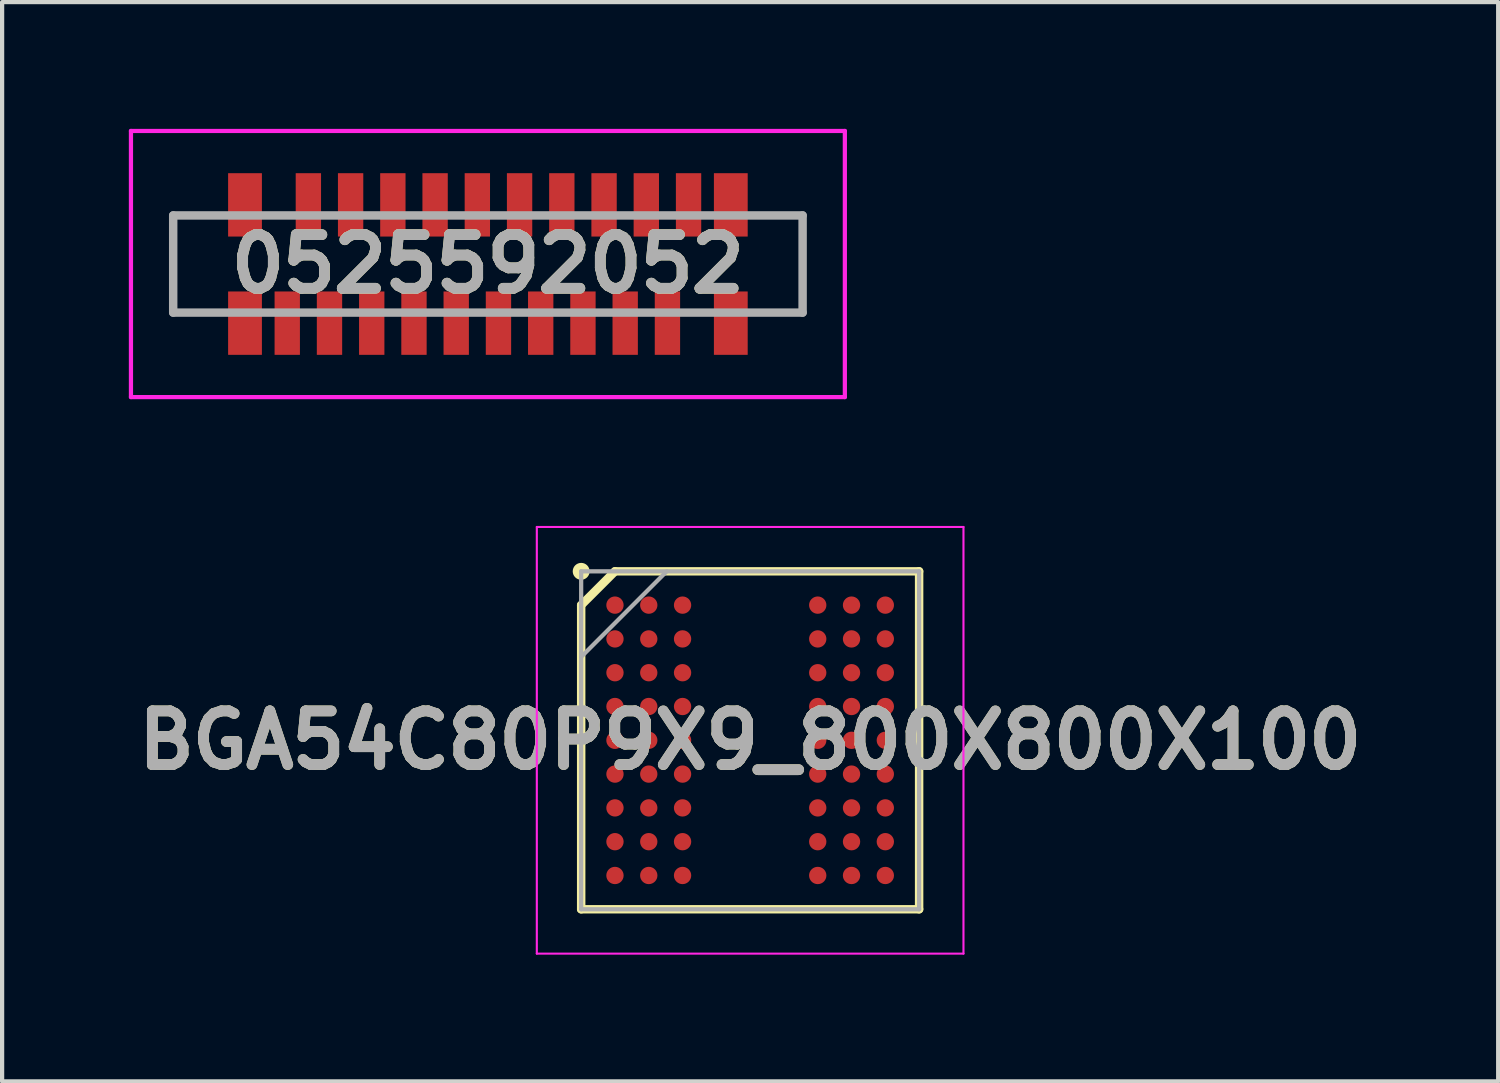
<source format=kicad_pcb>
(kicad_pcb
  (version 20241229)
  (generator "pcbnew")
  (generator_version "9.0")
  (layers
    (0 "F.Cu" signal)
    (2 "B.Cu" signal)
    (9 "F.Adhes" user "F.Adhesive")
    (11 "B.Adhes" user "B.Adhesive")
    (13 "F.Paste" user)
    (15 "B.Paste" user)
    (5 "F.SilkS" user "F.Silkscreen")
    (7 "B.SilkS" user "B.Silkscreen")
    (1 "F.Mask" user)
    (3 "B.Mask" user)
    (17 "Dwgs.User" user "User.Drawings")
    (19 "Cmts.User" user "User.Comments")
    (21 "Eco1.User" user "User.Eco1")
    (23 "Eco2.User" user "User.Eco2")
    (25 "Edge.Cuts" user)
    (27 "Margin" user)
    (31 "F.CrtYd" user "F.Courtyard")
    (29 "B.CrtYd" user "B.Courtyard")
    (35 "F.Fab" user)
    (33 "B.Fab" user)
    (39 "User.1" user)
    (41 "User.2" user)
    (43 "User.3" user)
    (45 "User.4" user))
  (footprint "BGA54C80P9X9_800X800X100"
    (layer "F.Cu")
    (at 14.708 14.475)
    (property "Reference" "BGA54C80P9X9_800X800X100" (at 0 0 0) (layer "F.SilkS") (effects (font (size 1.27 1.27) (thickness 0.254))))
    (attr smd)
    (fp_line (start -4 -3.2) (end -3.2 -4) (stroke (width 0.2) (type solid)) (layer "F.SilkS"))
    (fp_line (start -4 4) (end -4 -3.2) (stroke (width 0.2) (type solid)) (layer "F.SilkS"))
    (fp_line (start -3.2 -4) (end 4 -4) (stroke (width 0.2) (type solid)) (layer "F.SilkS"))
    (fp_line (start 4 -4) (end 4 4) (stroke (width 0.2) (type solid)) (layer "F.SilkS"))
    (fp_line (start 4 4) (end -4 4) (stroke (width 0.2) (type solid)) (layer "F.SilkS"))
    (fp_circle (center -4 -4) (end -4 -3.9) (stroke (width 0.2) (type solid)) (fill no) (layer "F.SilkS"))
    (fp_line (start -5.05 -5.05) (end 5.05 -5.05) (stroke (width 0.05) (type solid)) (layer "F.CrtYd"))
    (fp_line (start -5.05 5.05) (end -5.05 -5.05) (stroke (width 0.05) (type solid)) (layer "F.CrtYd"))
    (fp_line (start 5.05 -5.05) (end 5.05 5.05) (stroke (width 0.05) (type solid)) (layer "F.CrtYd"))
    (fp_line (start 5.05 5.05) (end -5.05 5.05) (stroke (width 0.05) (type solid)) (layer "F.CrtYd"))
    (fp_line (start -4 -4) (end 4 -4) (stroke (width 0.1) (type solid)) (layer "F.Fab"))
    (fp_line (start -4 -1.975) (end -1.975 -4) (stroke (width 0.1) (type solid)) (layer "F.Fab"))
    (fp_line (start -4 4) (end -4 -4) (stroke (width 0.1) (type solid)) (layer "F.Fab"))
    (fp_line (start 4 -4) (end 4 4) (stroke (width 0.1) (type solid)) (layer "F.Fab"))
    (fp_line (start 4 4) (end -4 4) (stroke (width 0.1) (type solid)) (layer "F.Fab"))
    (fp_text user "${REFERENCE}" (at 0 0 0) (layer "F.Fab") (effects (font (size 1.27 1.27) (thickness 0.254))))
    (pad "A1" smd circle (at -3.2 -3.2 90) (size 0.41 0.41) (layers "F.Cu" "F.Mask" "F.Paste"))
    (pad "A2" smd circle (at -2.4 -3.2 90) (size 0.41 0.41) (layers "F.Cu" "F.Mask" "F.Paste"))
    (pad "A3" smd circle (at -1.6 -3.2 90) (size 0.41 0.41) (layers "F.Cu" "F.Mask" "F.Paste"))
    (pad "A7" smd circle (at 1.6 -3.2 90) (size 0.41 0.41) (layers "F.Cu" "F.Mask" "F.Paste"))
    (pad "A8" smd circle (at 2.4 -3.2 90) (size 0.41 0.41) (layers "F.Cu" "F.Mask" "F.Paste"))
    (pad "A9" smd circle (at 3.2 -3.2 90) (size 0.41 0.41) (layers "F.Cu" "F.Mask" "F.Paste"))
    (pad "B1" smd circle (at -3.2 -2.4 90) (size 0.41 0.41) (layers "F.Cu" "F.Mask" "F.Paste"))
    (pad "B2" smd circle (at -2.4 -2.4 90) (size 0.41 0.41) (layers "F.Cu" "F.Mask" "F.Paste"))
    (pad "B3" smd circle (at -1.6 -2.4 90) (size 0.41 0.41) (layers "F.Cu" "F.Mask" "F.Paste"))
    (pad "B7" smd circle (at 1.6 -2.4 90) (size 0.41 0.41) (layers "F.Cu" "F.Mask" "F.Paste"))
    (pad "B8" smd circle (at 2.4 -2.4 90) (size 0.41 0.41) (layers "F.Cu" "F.Mask" "F.Paste"))
    (pad "B9" smd circle (at 3.2 -2.4 90) (size 0.41 0.41) (layers "F.Cu" "F.Mask" "F.Paste"))
    (pad "C1" smd circle (at -3.2 -1.6 90) (size 0.41 0.41) (layers "F.Cu" "F.Mask" "F.Paste"))
    (pad "C2" smd circle (at -2.4 -1.6 90) (size 0.41 0.41) (layers "F.Cu" "F.Mask" "F.Paste"))
    (pad "C3" smd circle (at -1.6 -1.6 90) (size 0.41 0.41) (layers "F.Cu" "F.Mask" "F.Paste"))
    (pad "C7" smd circle (at 1.6 -1.6 90) (size 0.41 0.41) (layers "F.Cu" "F.Mask" "F.Paste"))
    (pad "C8" smd circle (at 2.4 -1.6 90) (size 0.41 0.41) (layers "F.Cu" "F.Mask" "F.Paste"))
    (pad "C9" smd circle (at 3.2 -1.6 90) (size 0.41 0.41) (layers "F.Cu" "F.Mask" "F.Paste"))
    (pad "D1" smd circle (at -3.2 -0.8 90) (size 0.41 0.41) (layers "F.Cu" "F.Mask" "F.Paste"))
    (pad "D2" smd circle (at -2.4 -0.8 90) (size 0.41 0.41) (layers "F.Cu" "F.Mask" "F.Paste"))
    (pad "D3" smd circle (at -1.6 -0.8 90) (size 0.41 0.41) (layers "F.Cu" "F.Mask" "F.Paste"))
    (pad "D7" smd circle (at 1.6 -0.8 90) (size 0.41 0.41) (layers "F.Cu" "F.Mask" "F.Paste"))
    (pad "D8" smd circle (at 2.4 -0.8 90) (size 0.41 0.41) (layers "F.Cu" "F.Mask" "F.Paste"))
    (pad "D9" smd circle (at 3.2 -0.8 90) (size 0.41 0.41) (layers "F.Cu" "F.Mask" "F.Paste"))
    (pad "E1" smd circle (at -3.2 0 90) (size 0.41 0.41) (layers "F.Cu" "F.Mask" "F.Paste"))
    (pad "E2" smd circle (at -2.4 0 90) (size 0.41 0.41) (layers "F.Cu" "F.Mask" "F.Paste"))
    (pad "E3" smd circle (at -1.6 0 90) (size 0.41 0.41) (layers "F.Cu" "F.Mask" "F.Paste"))
    (pad "E7" smd circle (at 1.6 0 90) (size 0.41 0.41) (layers "F.Cu" "F.Mask" "F.Paste"))
    (pad "E8" smd circle (at 2.4 0 90) (size 0.41 0.41) (layers "F.Cu" "F.Mask" "F.Paste"))
    (pad "E9" smd circle (at 3.2 0 90) (size 0.41 0.41) (layers "F.Cu" "F.Mask" "F.Paste"))
    (pad "F1" smd circle (at -3.2 0.8 90) (size 0.41 0.41) (layers "F.Cu" "F.Mask" "F.Paste"))
    (pad "F2" smd circle (at -2.4 0.8 90) (size 0.41 0.41) (layers "F.Cu" "F.Mask" "F.Paste"))
    (pad "F3" smd circle (at -1.6 0.8 90) (size 0.41 0.41) (layers "F.Cu" "F.Mask" "F.Paste"))
    (pad "F7" smd circle (at 1.6 0.8 90) (size 0.41 0.41) (layers "F.Cu" "F.Mask" "F.Paste"))
    (pad "F8" smd circle (at 2.4 0.8 90) (size 0.41 0.41) (layers "F.Cu" "F.Mask" "F.Paste"))
    (pad "F9" smd circle (at 3.2 0.8 90) (size 0.41 0.41) (layers "F.Cu" "F.Mask" "F.Paste"))
    (pad "G1" smd circle (at -3.2 1.6 90) (size 0.41 0.41) (layers "F.Cu" "F.Mask" "F.Paste"))
    (pad "G2" smd circle (at -2.4 1.6 90) (size 0.41 0.41) (layers "F.Cu" "F.Mask" "F.Paste"))
    (pad "G3" smd circle (at -1.6 1.6 90) (size 0.41 0.41) (layers "F.Cu" "F.Mask" "F.Paste"))
    (pad "G7" smd circle (at 1.6 1.6 90) (size 0.41 0.41) (layers "F.Cu" "F.Mask" "F.Paste"))
    (pad "G8" smd circle (at 2.4 1.6 90) (size 0.41 0.41) (layers "F.Cu" "F.Mask" "F.Paste"))
    (pad "G9" smd circle (at 3.2 1.6 90) (size 0.41 0.41) (layers "F.Cu" "F.Mask" "F.Paste"))
    (pad "H1" smd circle (at -3.2 2.4 90) (size 0.41 0.41) (layers "F.Cu" "F.Mask" "F.Paste"))
    (pad "H2" smd circle (at -2.4 2.4 90) (size 0.41 0.41) (layers "F.Cu" "F.Mask" "F.Paste"))
    (pad "H3" smd circle (at -1.6 2.4 90) (size 0.41 0.41) (layers "F.Cu" "F.Mask" "F.Paste"))
    (pad "H7" smd circle (at 1.6 2.4 90) (size 0.41 0.41) (layers "F.Cu" "F.Mask" "F.Paste"))
    (pad "H8" smd circle (at 2.4 2.4 90) (size 0.41 0.41) (layers "F.Cu" "F.Mask" "F.Paste"))
    (pad "H9" smd circle (at 3.2 2.4 90) (size 0.41 0.41) (layers "F.Cu" "F.Mask" "F.Paste"))
    (pad "J1" smd circle (at -3.2 3.2 90) (size 0.41 0.41) (layers "F.Cu" "F.Mask" "F.Paste"))
    (pad "J2" smd circle (at -2.4 3.2 90) (size 0.41 0.41) (layers "F.Cu" "F.Mask" "F.Paste"))
    (pad "J3" smd circle (at -1.6 3.2 90) (size 0.41 0.41) (layers "F.Cu" "F.Mask" "F.Paste"))
    (pad "J7" smd circle (at 1.6 3.2 90) (size 0.41 0.41) (layers "F.Cu" "F.Mask" "F.Paste"))
    (pad "J8" smd circle (at 2.4 3.2 90) (size 0.41 0.41) (layers "F.Cu" "F.Mask" "F.Paste"))
    (pad "J9" smd circle (at 3.2 3.2 90) (size 0.41 0.41) (layers "F.Cu" "F.Mask" "F.Paste")))
  (footprint "0525592052"
    (layer "F.Cu")
    (at 8.5 3.2)
    (property "Reference" "0525592052" (at 0 0 0) (layer "F.SilkS") (effects (font (size 1.27 1.27) (thickness 0.254))))
    (attr smd)
    (fp_line (start -7.45 -1.15) (end -7.45 1.15) (stroke (width 0.1) (type solid)) (layer "F.SilkS"))
    (fp_line (start -7.45 1.15) (end -6.5 1.15) (stroke (width 0.1) (type solid)) (layer "F.SilkS"))
    (fp_line (start -6.5 -1.15) (end -7.45 -1.15) (stroke (width 0.1) (type solid)) (layer "F.SilkS"))
    (fp_line (start 6.5 -1.15) (end 7.45 -1.15) (stroke (width 0.1) (type solid)) (layer "F.SilkS"))
    (fp_line (start 7.45 -1.15) (end 7.45 1.15) (stroke (width 0.1) (type solid)) (layer "F.SilkS"))
    (fp_line (start 7.45 1.15) (end 6.5 1.15) (stroke (width 0.1) (type solid)) (layer "F.SilkS"))
    (fp_line (start -8.45 -3.15) (end 8.45 -3.15) (stroke (width 0.1) (type solid)) (layer "F.CrtYd"))
    (fp_line (start -8.45 3.15) (end -8.45 -3.15) (stroke (width 0.1) (type solid)) (layer "F.CrtYd"))
    (fp_line (start 8.45 -3.15) (end 8.45 3.15) (stroke (width 0.1) (type solid)) (layer "F.CrtYd"))
    (fp_line (start 8.45 3.15) (end -8.45 3.15) (stroke (width 0.1) (type solid)) (layer "F.CrtYd"))
    (fp_line (start -7.45 -1.15) (end 7.45 -1.15) (stroke (width 0.2) (type solid)) (layer "F.Fab"))
    (fp_line (start -7.45 1.15) (end -7.45 -1.15) (stroke (width 0.2) (type solid)) (layer "F.Fab"))
    (fp_line (start 7.45 -1.15) (end 7.45 1.15) (stroke (width 0.2) (type solid)) (layer "F.Fab"))
    (fp_line (start 7.45 1.15) (end -7.45 1.15) (stroke (width 0.2) (type solid)) (layer "F.Fab"))
    (fp_text user "${REFERENCE}" (at 0 0 0) (layer "F.Fab") (effects (font (size 1.27 1.27) (thickness 0.254))))
    (pad "1" smd rect (at -4.75 1.4) (size 0.6 1.5) (layers "F.Cu" "F.Mask" "F.Paste"))
    (pad "2" smd rect (at -4.25 -1.4) (size 0.6 1.5) (layers "F.Cu" "F.Mask" "F.Paste"))
    (pad "3" smd rect (at -3.75 1.4) (size 0.6 1.5) (layers "F.Cu" "F.Mask" "F.Paste"))
    (pad "4" smd rect (at -3.25 -1.4) (size 0.6 1.5) (layers "F.Cu" "F.Mask" "F.Paste"))
    (pad "5" smd rect (at -2.75 1.4) (size 0.6 1.5) (layers "F.Cu" "F.Mask" "F.Paste"))
    (pad "6" smd rect (at -2.25 -1.4) (size 0.6 1.5) (layers "F.Cu" "F.Mask" "F.Paste"))
    (pad "7" smd rect (at -1.75 1.4) (size 0.6 1.5) (layers "F.Cu" "F.Mask" "F.Paste"))
    (pad "8" smd rect (at -1.25 -1.4) (size 0.6 1.5) (layers "F.Cu" "F.Mask" "F.Paste"))
    (pad "9" smd rect (at -0.75 1.4) (size 0.6 1.5) (layers "F.Cu" "F.Mask" "F.Paste"))
    (pad "10" smd rect (at -0.25 -1.4) (size 0.6 1.5) (layers "F.Cu" "F.Mask" "F.Paste"))
    (pad "11" smd rect (at 0.25 1.4) (size 0.6 1.5) (layers "F.Cu" "F.Mask" "F.Paste"))
    (pad "12" smd rect (at 0.75 -1.4) (size 0.6 1.5) (layers "F.Cu" "F.Mask" "F.Paste"))
    (pad "13" smd rect (at 1.25 1.4) (size 0.6 1.5) (layers "F.Cu" "F.Mask" "F.Paste"))
    (pad "14" smd rect (at 1.75 -1.4) (size 0.6 1.5) (layers "F.Cu" "F.Mask" "F.Paste"))
    (pad "15" smd rect (at 2.25 1.4) (size 0.6 1.5) (layers "F.Cu" "F.Mask" "F.Paste"))
    (pad "16" smd rect (at 2.75 -1.4) (size 0.6 1.5) (layers "F.Cu" "F.Mask" "F.Paste"))
    (pad "17" smd rect (at 3.25 1.4) (size 0.6 1.5) (layers "F.Cu" "F.Mask" "F.Paste"))
    (pad "18" smd rect (at 3.75 -1.4) (size 0.6 1.5) (layers "F.Cu" "F.Mask" "F.Paste"))
    (pad "19" smd rect (at 4.25 1.4) (size 0.6 1.5) (layers "F.Cu" "F.Mask" "F.Paste"))
    (pad "20" smd rect (at 4.75 -1.4) (size 0.6 1.5) (layers "F.Cu" "F.Mask" "F.Paste"))
    (pad "21" smd rect (at -5.75 1.4) (size 0.8 1.5) (layers "F.Cu" "F.Mask" "F.Paste"))
    (pad "22" smd rect (at -5.75 -1.4) (size 0.8 1.5) (layers "F.Cu" "F.Mask" "F.Paste"))
    (pad "23" smd rect (at 5.75 -1.4) (size 0.8 1.5) (layers "F.Cu" "F.Mask" "F.Paste"))
    (pad "24" smd rect (at 5.75 1.4) (size 0.8 1.5) (layers "F.Cu" "F.Mask" "F.Paste")))
  (gr_rect
    (start -3 -3)
    (end 32.416 22.55)
    (stroke (width 0.1) (type default))
    (fill no)
    (layer "Edge.Cuts")))
</source>
